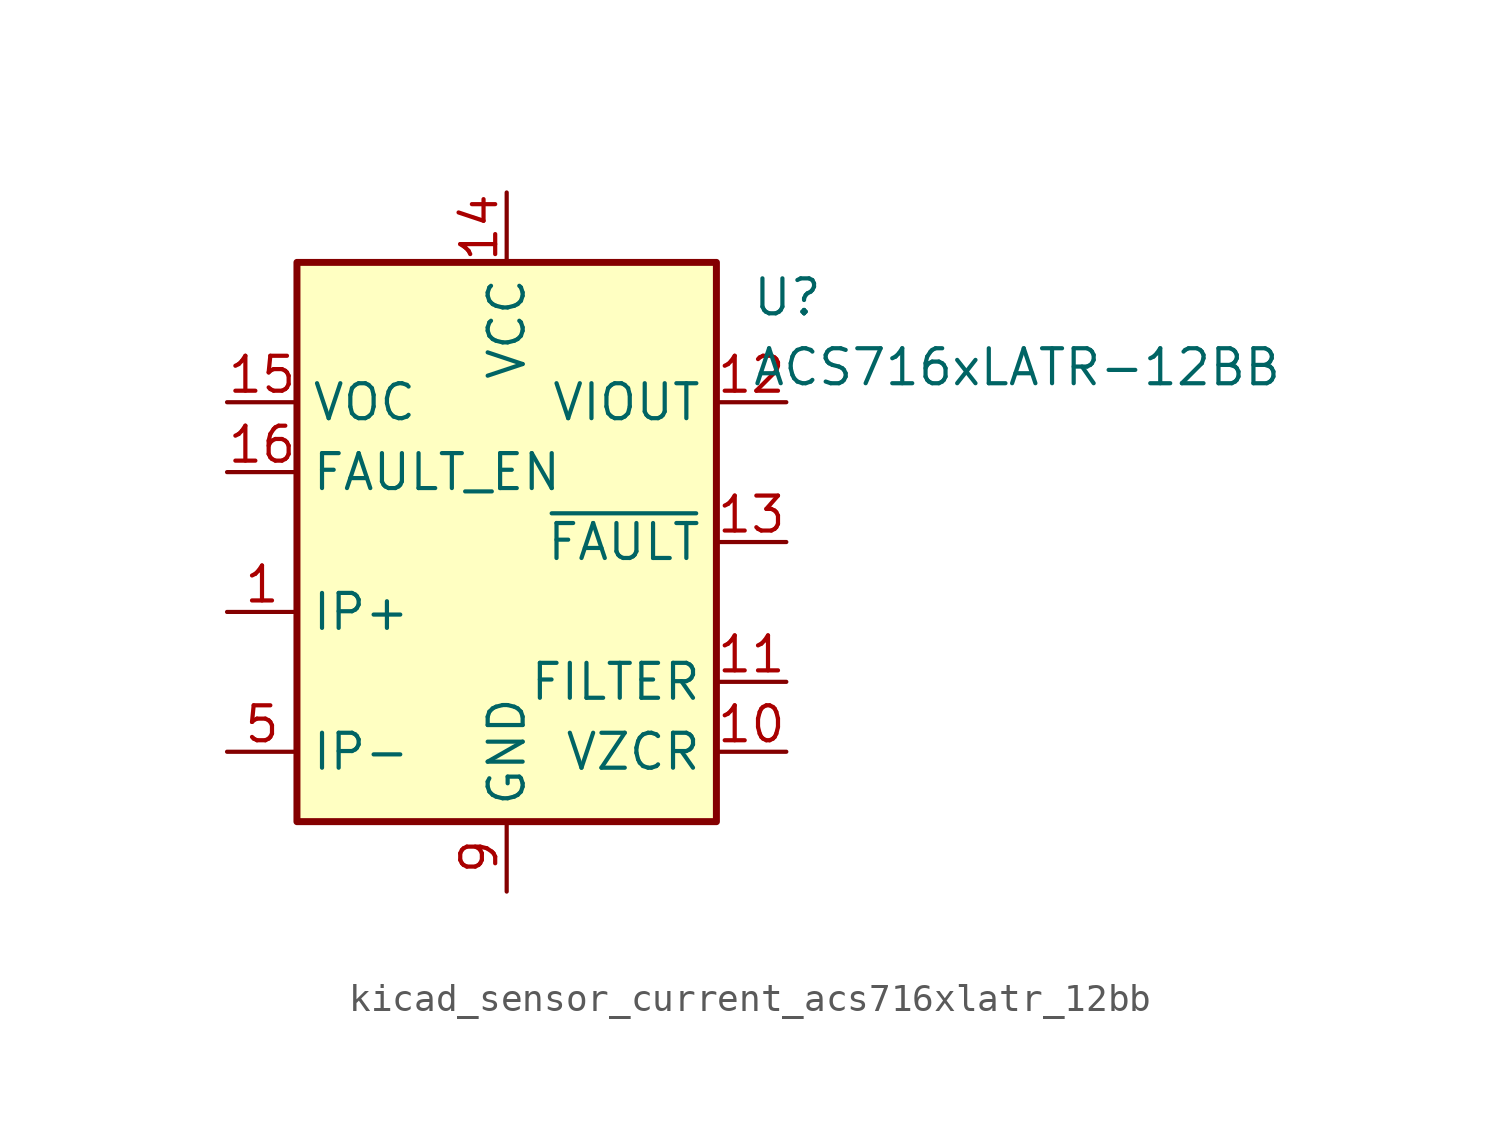
<source format=kicad_sym>
(kicad_symbol_lib
  (version 20220914)
  (generator kicad_symbol_editor)
  (symbol "kicad_sensor_current_acs716xlatr_12bb"
    (property "Reference" "U"
      (at 8.89 8.89 0)
      (effects (font (size 1.27 1.27)) (justify left)))
    (property "Value" "ACS716xLATR-12BB"
      (at 8.89 6.35 0)
      (effects (font (size 1.27 1.27)) (justify left)))
    (symbol "kicad_sensor_current_acs716xlatr_12bb_0_1"
      (rectangle (start -7.62 10.16) (end 7.62 -10.16) (stroke (width 0.254) (type default)) (fill (type background))))
    (symbol "kicad_sensor_current_acs716xlatr_12bb_1_1"
      (pin passive line (at -10.16 -2.54 0) (length 2.54) (name "IP+" (effects (font (size 1.27 1.27)))) (number "1" (effects (font (size 1.27 1.27)))))
      (pin passive line (at 10.16 -7.62 180) (length 2.54) (name "VZCR" (effects (font (size 1.27 1.27)))) (number "10" (effects (font (size 1.27 1.27)))))
      (pin passive line (at 10.16 -5.08 180) (length 2.54) (name "FILTER" (effects (font (size 1.27 1.27)))) (number "11" (effects (font (size 1.27 1.27)))))
      (pin output line (at 10.16 5.08 180) (length 2.54) (name "VIOUT" (effects (font (size 1.27 1.27)))) (number "12" (effects (font (size 1.27 1.27)))))
      (pin output line (at 10.16 0 180) (length 2.54) (name "~{FAULT}" (effects (font (size 1.27 1.27)))) (number "13" (effects (font (size 1.27 1.27)))))
      (pin power_in line (at 0 12.7 270) (length 2.54) (name "VCC" (effects (font (size 1.27 1.27)))) (number "14" (effects (font (size 1.27 1.27)))))
      (pin input line (at -10.16 5.08 0) (length 2.54) (name "VOC" (effects (font (size 1.27 1.27)))) (number "15" (effects (font (size 1.27 1.27)))))
      (pin input line (at -10.16 2.54 0) (length 2.54) (name "FAULT_EN" (effects (font (size 1.27 1.27)))) (number "16" (effects (font (size 1.27 1.27)))))
      (pin passive line (at -10.16 -2.54 0) (length 2.54) hide (name "IP+" (effects (font (size 1.27 1.27)))) (number "2" (effects (font (size 1.27 1.27)))))
      (pin passive line (at -10.16 -2.54 0) (length 2.54) hide (name "IP+" (effects (font (size 1.27 1.27)))) (number "3" (effects (font (size 1.27 1.27)))))
      (pin passive line (at -10.16 -2.54 0) (length 2.54) hide (name "IP+" (effects (font (size 1.27 1.27)))) (number "4" (effects (font (size 1.27 1.27)))))
      (pin passive line (at -10.16 -7.62 0) (length 2.54) (name "IP-" (effects (font (size 1.27 1.27)))) (number "5" (effects (font (size 1.27 1.27)))))
      (pin passive line (at -10.16 -7.62 0) (length 2.54) hide (name "IP-" (effects (font (size 1.27 1.27)))) (number "6" (effects (font (size 1.27 1.27)))))
      (pin passive line (at -10.16 -7.62 0) (length 2.54) hide (name "IP-" (effects (font (size 1.27 1.27)))) (number "7" (effects (font (size 1.27 1.27)))))
      (pin passive line (at -10.16 -7.62 0) (length 2.54) hide (name "IP-" (effects (font (size 1.27 1.27)))) (number "8" (effects (font (size 1.27 1.27)))))
      (pin power_in line (at 0 -12.7 90) (length 2.54) (name "GND" (effects (font (size 1.27 1.27)))) (number "9" (effects (font (size 1.27 1.27))))))))
</source>
